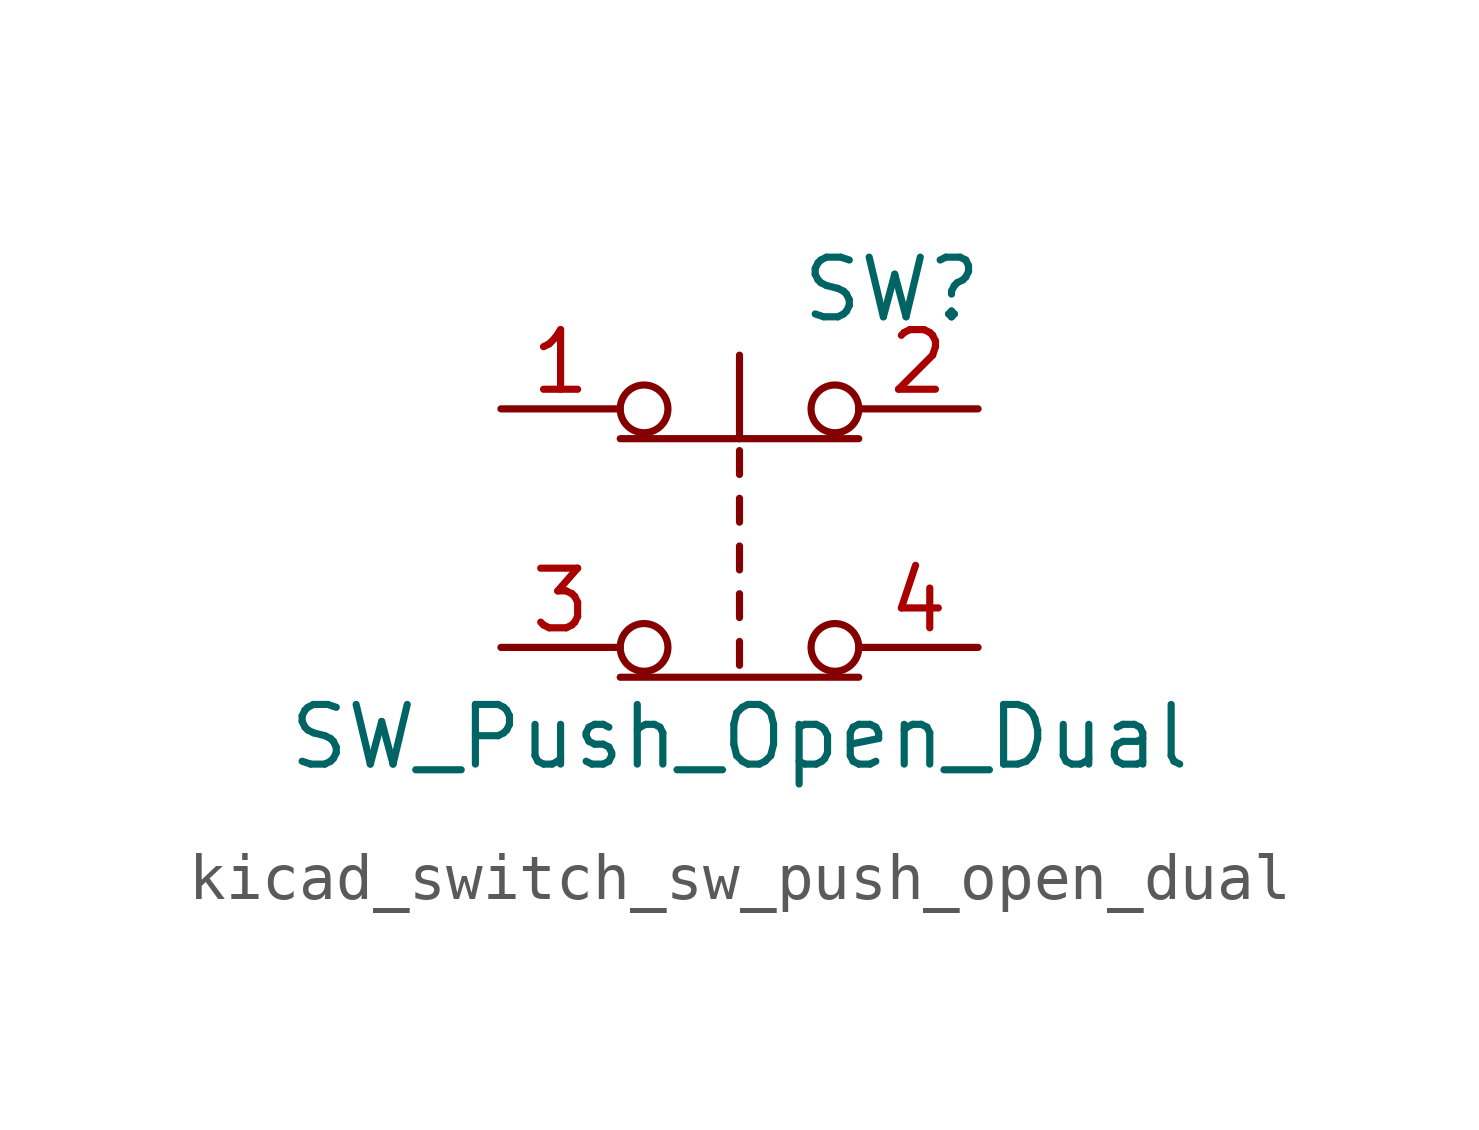
<source format=kicad_sym>
(kicad_symbol_lib
  (version 20220914)
  (generator kicad_symbol_editor)
  (symbol "kicad_switch_sw_push_open_dual"
    (pin_names
      (offset 1.016) hide)
    (property "Reference" "SW"
      (at 1.27 2.54 0)
      (effects (font (size 1.27 1.27)) (justify left)))
    (property "Value" "SW_Push_Open_Dual"
      (at 0 -6.985 0)
      (effects (font (size 1.27 1.27))))
    (symbol "kicad_switch_sw_push_open_dual_0_1"
      (circle (center -2.032 -5.08) (radius 0.508) (stroke (width 0) (type default)) (fill (type none)))
      (circle (center -2.032 0) (radius 0.508) (stroke (width 0) (type default)) (fill (type none)))
      (polyline (pts (xy 0 -4.953) (xy 0 -5.461)) (stroke (width 0) (type default)) (fill (type none)))
      (polyline (pts (xy 0 -3.937) (xy 0 -4.445)) (stroke (width 0) (type default)) (fill (type none)))
      (polyline (pts (xy 0 -3.429) (xy 0 -2.921)) (stroke (width 0) (type default)) (fill (type none)))
      (polyline (pts (xy 0 -2.413) (xy 0 -1.905)) (stroke (width 0) (type default)) (fill (type none)))
      (polyline (pts (xy 0 -1.397) (xy 0 -0.889)) (stroke (width 0) (type default)) (fill (type none)))
      (polyline (pts (xy 0 -0.635) (xy 0 1.143)) (stroke (width 0) (type default)) (fill (type none)))
      (polyline (pts (xy 2.54 -5.715) (xy -2.54 -5.715)) (stroke (width 0) (type default)) (fill (type none)))
      (polyline (pts (xy 2.54 -0.635) (xy -2.54 -0.635)) (stroke (width 0) (type default)) (fill (type none)))
      (circle (center 2.032 -5.08) (radius 0.508) (stroke (width 0) (type default)) (fill (type none)))
      (circle (center 2.032 0) (radius 0.508) (stroke (width 0) (type default)) (fill (type none)))
      (pin passive line (at -5.08 0 0) (length 2.54) (name "1" (effects (font (size 1.27 1.27)))) (number "1" (effects (font (size 1.27 1.27)))))
      (pin passive line (at 5.08 0 180) (length 2.54) (name "2" (effects (font (size 1.27 1.27)))) (number "2" (effects (font (size 1.27 1.27)))))
      (pin passive line (at -5.08 -5.08 0) (length 2.54) (name "3" (effects (font (size 1.27 1.27)))) (number "3" (effects (font (size 1.27 1.27)))))
      (pin passive line (at 5.08 -5.08 180) (length 2.54) (name "4" (effects (font (size 1.27 1.27)))) (number "4" (effects (font (size 1.27 1.27))))))))
</source>
